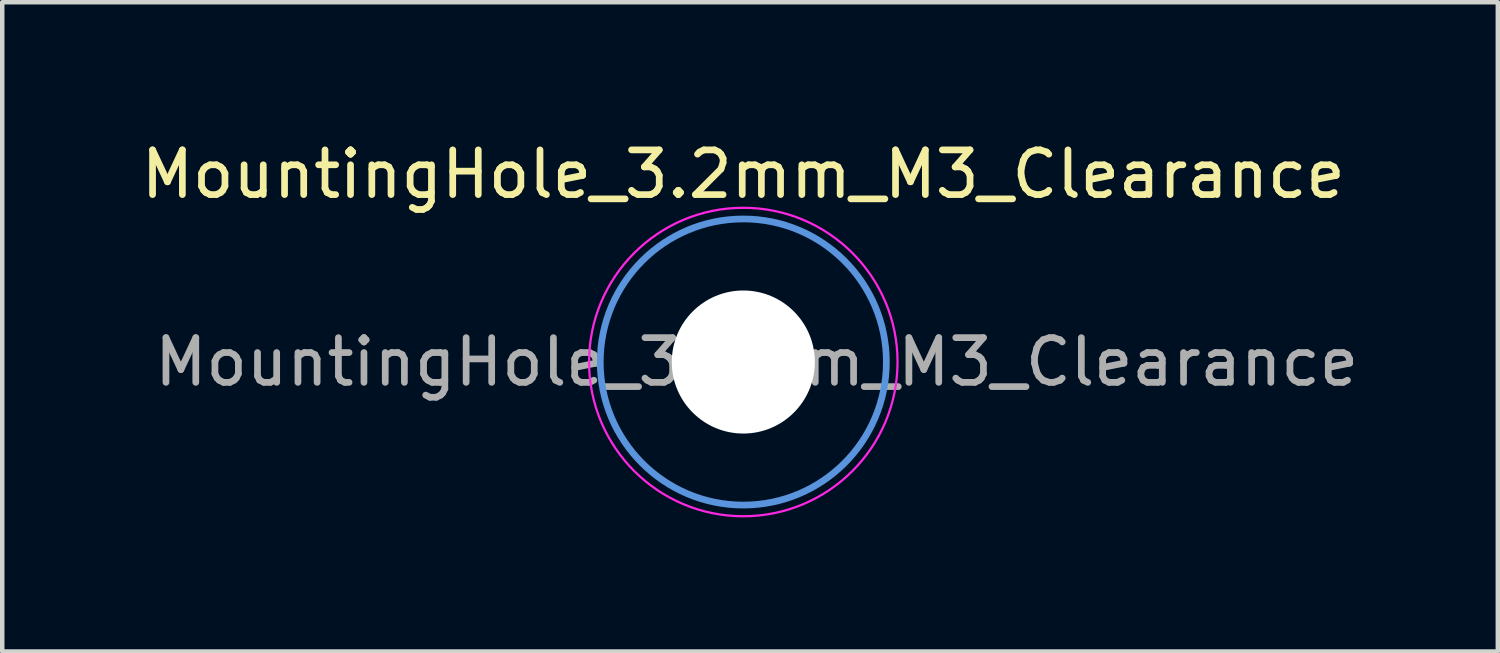
<source format=kicad_pcb>
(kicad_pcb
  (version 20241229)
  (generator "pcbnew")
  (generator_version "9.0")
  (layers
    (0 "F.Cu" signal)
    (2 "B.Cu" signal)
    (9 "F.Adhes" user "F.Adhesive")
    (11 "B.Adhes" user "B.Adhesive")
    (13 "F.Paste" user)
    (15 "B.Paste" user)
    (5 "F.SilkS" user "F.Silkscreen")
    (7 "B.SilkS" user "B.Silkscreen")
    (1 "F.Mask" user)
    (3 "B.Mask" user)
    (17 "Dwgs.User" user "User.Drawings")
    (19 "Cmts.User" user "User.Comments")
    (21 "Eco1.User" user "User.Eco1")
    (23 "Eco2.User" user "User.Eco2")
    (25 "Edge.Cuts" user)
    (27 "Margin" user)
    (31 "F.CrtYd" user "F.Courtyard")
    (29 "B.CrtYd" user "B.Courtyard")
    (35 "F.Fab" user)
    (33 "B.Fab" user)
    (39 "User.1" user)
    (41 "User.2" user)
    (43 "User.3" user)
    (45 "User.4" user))
  (footprint "MountingHole_3.2mm_M3_Clearance"
    (layer "F.Cu")
    (at 13.577 5.048)
    (property "Reference" "MountingHole_3.2mm_M3_Clearance" (at 0 -4.2 0) (layer "F.SilkS") (effects (font (size 1 1) (thickness 0.15))))
    (attr exclude_from_pos_files exclude_from_bom)
    (fp_circle (center 0 0) (end 3.2 0) (stroke (width 0.15) (type solid)) (fill no) (layer "Cmts.User"))
    (fp_circle (center 0 0) (end 3.45 0) (stroke (width 0.05) (type solid)) (fill no) (layer "F.CrtYd"))
    (fp_text user "${REFERENCE}" (at 0.3 0 0) (layer "F.Fab") (effects (font (size 1 1) (thickness 0.15))))
    (pad "" np_thru_hole circle (at 0 0) (size 3.2 3.2) (drill 3.2) (layers "*.Cu" "*.Mask")))
  (gr_rect
    (start -3 -3)
    (end 30.455 11.523)
    (stroke (width 0.1) (type default))
    (fill no)
    (layer "Edge.Cuts")))
</source>
